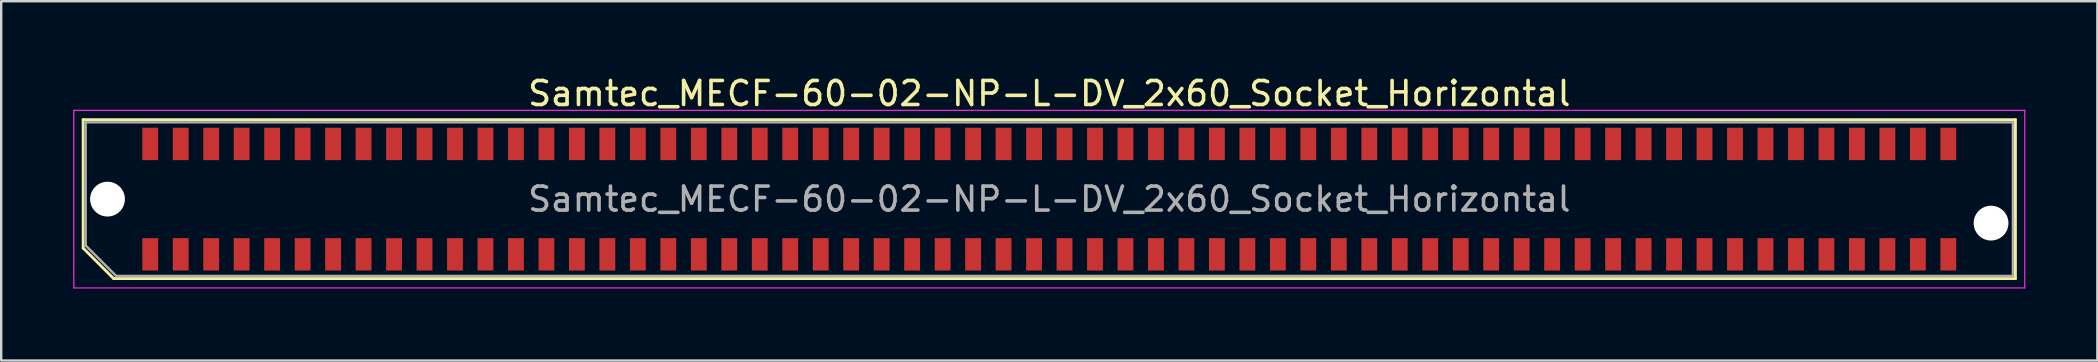
<source format=kicad_pcb>
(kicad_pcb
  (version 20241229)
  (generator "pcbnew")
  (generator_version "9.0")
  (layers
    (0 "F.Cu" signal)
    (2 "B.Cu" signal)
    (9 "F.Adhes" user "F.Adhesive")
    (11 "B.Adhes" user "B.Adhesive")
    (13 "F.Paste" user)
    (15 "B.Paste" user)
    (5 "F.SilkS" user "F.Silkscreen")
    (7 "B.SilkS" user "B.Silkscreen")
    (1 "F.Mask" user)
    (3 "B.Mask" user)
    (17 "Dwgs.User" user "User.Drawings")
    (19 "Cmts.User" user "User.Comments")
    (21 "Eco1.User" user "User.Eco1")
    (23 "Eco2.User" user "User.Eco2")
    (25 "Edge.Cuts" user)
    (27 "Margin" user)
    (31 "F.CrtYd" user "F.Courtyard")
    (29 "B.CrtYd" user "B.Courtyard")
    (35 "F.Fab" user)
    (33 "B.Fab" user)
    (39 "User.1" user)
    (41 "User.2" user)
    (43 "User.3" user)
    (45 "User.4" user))
  (footprint "Samtec_MECF-60-02-NP-L-DV_2x60_Socket_Horizontal"
    (layer "F.Cu")
    (at 40.675 5.248)
    (property "Reference" "Samtec_MECF-60-02-NP-L-DV_2x60_Socket_Horizontal" (at 0 -4.4 0) (layer "F.SilkS") (effects (font (size 1 1) (thickness 0.15))))
    (attr smd)
    (fp_line (start -40.26 -3.31) (end 40.26 -3.31) (stroke (width 0.12) (type solid)) (layer "F.SilkS"))
    (fp_line (start -40.26 2.04) (end -40.26 -3.31) (stroke (width 0.12) (type solid)) (layer "F.SilkS"))
    (fp_line (start -38.99 3.31) (end -40.26 2.04) (stroke (width 0.12) (type solid)) (layer "F.SilkS"))
    (fp_line (start -38.99 3.31) (end 40.26 3.31) (stroke (width 0.12) (type solid)) (layer "F.SilkS"))
    (fp_line (start 40.26 3.31) (end 40.26 -3.31) (stroke (width 0.12) (type solid)) (layer "F.SilkS"))
    (fp_line (start -40.65 -3.7) (end -40.65 3.7) (stroke (width 0.05) (type solid)) (layer "F.CrtYd"))
    (fp_line (start -40.65 3.7) (end 40.65 3.7) (stroke (width 0.05) (type solid)) (layer "F.CrtYd"))
    (fp_line (start 40.65 -3.7) (end -40.65 -3.7) (stroke (width 0.05) (type solid)) (layer "F.CrtYd"))
    (fp_line (start 40.65 3.7) (end 40.65 -3.7) (stroke (width 0.05) (type solid)) (layer "F.CrtYd"))
    (fp_line (start -40.155 -3.2) (end 40.155 -3.2) (stroke (width 0.1) (type solid)) (layer "F.Fab"))
    (fp_line (start -40.155 1.93) (end -40.155 -3.2) (stroke (width 0.1) (type solid)) (layer "F.Fab"))
    (fp_line (start -40.155 1.93) (end -38.885 3.2) (stroke (width 0.1) (type solid)) (layer "F.Fab"))
    (fp_line (start -38.885 3.2) (end 40.155 3.2) (stroke (width 0.1) (type solid)) (layer "F.Fab"))
    (fp_line (start 40.155 3.2) (end 40.155 -3.2) (stroke (width 0.1) (type solid)) (layer "F.Fab"))
    (fp_text user "${REFERENCE}" (at 0 0 0) (layer "F.Fab") (effects (font (size 1 1) (thickness 0.15))))
    (pad "" np_thru_hole circle (at -39.245 0) (size 1.45 1.45) (drill 1.45) (layers "*.Cu" "*.Mask"))
    (pad "" np_thru_hole circle (at 39.245 1) (size 1.45 1.45) (drill 1.45) (layers "*.Cu" "*.Mask"))
    (pad "1" smd rect (at -37.465 2.3) (size 0.66 1.35) (layers "F.Cu" "F.Mask" "F.Paste"))
    (pad "2" smd rect (at -37.465 -2.3) (size 0.66 1.35) (layers "F.Cu" "F.Mask" "F.Paste"))
    (pad "3" smd rect (at -36.195 2.3) (size 0.66 1.35) (layers "F.Cu" "F.Mask" "F.Paste"))
    (pad "4" smd rect (at -36.195 -2.3) (size 0.66 1.35) (layers "F.Cu" "F.Mask" "F.Paste"))
    (pad "5" smd rect (at -34.925 2.3) (size 0.66 1.35) (layers "F.Cu" "F.Mask" "F.Paste"))
    (pad "6" smd rect (at -34.925 -2.3) (size 0.66 1.35) (layers "F.Cu" "F.Mask" "F.Paste"))
    (pad "7" smd rect (at -33.655 2.3) (size 0.66 1.35) (layers "F.Cu" "F.Mask" "F.Paste"))
    (pad "8" smd rect (at -33.655 -2.3) (size 0.66 1.35) (layers "F.Cu" "F.Mask" "F.Paste"))
    (pad "9" smd rect (at -32.385 2.3) (size 0.66 1.35) (layers "F.Cu" "F.Mask" "F.Paste"))
    (pad "10" smd rect (at -32.385 -2.3) (size 0.66 1.35) (layers "F.Cu" "F.Mask" "F.Paste"))
    (pad "11" smd rect (at -31.115 2.3) (size 0.66 1.35) (layers "F.Cu" "F.Mask" "F.Paste"))
    (pad "12" smd rect (at -31.115 -2.3) (size 0.66 1.35) (layers "F.Cu" "F.Mask" "F.Paste"))
    (pad "13" smd rect (at -29.845 2.3) (size 0.66 1.35) (layers "F.Cu" "F.Mask" "F.Paste"))
    (pad "14" smd rect (at -29.845 -2.3) (size 0.66 1.35) (layers "F.Cu" "F.Mask" "F.Paste"))
    (pad "15" smd rect (at -28.575 2.3) (size 0.66 1.35) (layers "F.Cu" "F.Mask" "F.Paste"))
    (pad "16" smd rect (at -28.575 -2.3) (size 0.66 1.35) (layers "F.Cu" "F.Mask" "F.Paste"))
    (pad "17" smd rect (at -27.305 2.3) (size 0.66 1.35) (layers "F.Cu" "F.Mask" "F.Paste"))
    (pad "18" smd rect (at -27.305 -2.3) (size 0.66 1.35) (layers "F.Cu" "F.Mask" "F.Paste"))
    (pad "19" smd rect (at -26.035 2.3) (size 0.66 1.35) (layers "F.Cu" "F.Mask" "F.Paste"))
    (pad "20" smd rect (at -26.035 -2.3) (size 0.66 1.35) (layers "F.Cu" "F.Mask" "F.Paste"))
    (pad "21" smd rect (at -24.765 2.3) (size 0.66 1.35) (layers "F.Cu" "F.Mask" "F.Paste"))
    (pad "22" smd rect (at -24.765 -2.3) (size 0.66 1.35) (layers "F.Cu" "F.Mask" "F.Paste"))
    (pad "23" smd rect (at -23.495 2.3) (size 0.66 1.35) (layers "F.Cu" "F.Mask" "F.Paste"))
    (pad "24" smd rect (at -23.495 -2.3) (size 0.66 1.35) (layers "F.Cu" "F.Mask" "F.Paste"))
    (pad "25" smd rect (at -22.225 2.3) (size 0.66 1.35) (layers "F.Cu" "F.Mask" "F.Paste"))
    (pad "26" smd rect (at -22.225 -2.3) (size 0.66 1.35) (layers "F.Cu" "F.Mask" "F.Paste"))
    (pad "27" smd rect (at -20.955 2.3) (size 0.66 1.35) (layers "F.Cu" "F.Mask" "F.Paste"))
    (pad "28" smd rect (at -20.955 -2.3) (size 0.66 1.35) (layers "F.Cu" "F.Mask" "F.Paste"))
    (pad "29" smd rect (at -19.685 2.3) (size 0.66 1.35) (layers "F.Cu" "F.Mask" "F.Paste"))
    (pad "30" smd rect (at -19.685 -2.3) (size 0.66 1.35) (layers "F.Cu" "F.Mask" "F.Paste"))
    (pad "31" smd rect (at -18.415 2.3) (size 0.66 1.35) (layers "F.Cu" "F.Mask" "F.Paste"))
    (pad "32" smd rect (at -18.415 -2.3) (size 0.66 1.35) (layers "F.Cu" "F.Mask" "F.Paste"))
    (pad "33" smd rect (at -17.145 2.3) (size 0.66 1.35) (layers "F.Cu" "F.Mask" "F.Paste"))
    (pad "34" smd rect (at -17.145 -2.3) (size 0.66 1.35) (layers "F.Cu" "F.Mask" "F.Paste"))
    (pad "35" smd rect (at -15.875 2.3) (size 0.66 1.35) (layers "F.Cu" "F.Mask" "F.Paste"))
    (pad "36" smd rect (at -15.875 -2.3) (size 0.66 1.35) (layers "F.Cu" "F.Mask" "F.Paste"))
    (pad "37" smd rect (at -14.605 2.3) (size 0.66 1.35) (layers "F.Cu" "F.Mask" "F.Paste"))
    (pad "38" smd rect (at -14.605 -2.3) (size 0.66 1.35) (layers "F.Cu" "F.Mask" "F.Paste"))
    (pad "39" smd rect (at -13.335 2.3) (size 0.66 1.35) (layers "F.Cu" "F.Mask" "F.Paste"))
    (pad "40" smd rect (at -13.335 -2.3) (size 0.66 1.35) (layers "F.Cu" "F.Mask" "F.Paste"))
    (pad "41" smd rect (at -12.065 2.3) (size 0.66 1.35) (layers "F.Cu" "F.Mask" "F.Paste"))
    (pad "42" smd rect (at -12.065 -2.3) (size 0.66 1.35) (layers "F.Cu" "F.Mask" "F.Paste"))
    (pad "43" smd rect (at -10.795 2.3) (size 0.66 1.35) (layers "F.Cu" "F.Mask" "F.Paste"))
    (pad "44" smd rect (at -10.795 -2.3) (size 0.66 1.35) (layers "F.Cu" "F.Mask" "F.Paste"))
    (pad "45" smd rect (at -9.525 2.3) (size 0.66 1.35) (layers "F.Cu" "F.Mask" "F.Paste"))
    (pad "46" smd rect (at -9.525 -2.3) (size 0.66 1.35) (layers "F.Cu" "F.Mask" "F.Paste"))
    (pad "47" smd rect (at -8.255 2.3) (size 0.66 1.35) (layers "F.Cu" "F.Mask" "F.Paste"))
    (pad "48" smd rect (at -8.255 -2.3) (size 0.66 1.35) (layers "F.Cu" "F.Mask" "F.Paste"))
    (pad "49" smd rect (at -6.985 2.3) (size 0.66 1.35) (layers "F.Cu" "F.Mask" "F.Paste"))
    (pad "50" smd rect (at -6.985 -2.3) (size 0.66 1.35) (layers "F.Cu" "F.Mask" "F.Paste"))
    (pad "51" smd rect (at -5.715 2.3) (size 0.66 1.35) (layers "F.Cu" "F.Mask" "F.Paste"))
    (pad "52" smd rect (at -5.715 -2.3) (size 0.66 1.35) (layers "F.Cu" "F.Mask" "F.Paste"))
    (pad "53" smd rect (at -4.445 2.3) (size 0.66 1.35) (layers "F.Cu" "F.Mask" "F.Paste"))
    (pad "54" smd rect (at -4.445 -2.3) (size 0.66 1.35) (layers "F.Cu" "F.Mask" "F.Paste"))
    (pad "55" smd rect (at -3.175 2.3) (size 0.66 1.35) (layers "F.Cu" "F.Mask" "F.Paste"))
    (pad "56" smd rect (at -3.175 -2.3) (size 0.66 1.35) (layers "F.Cu" "F.Mask" "F.Paste"))
    (pad "57" smd rect (at -1.905 2.3) (size 0.66 1.35) (layers "F.Cu" "F.Mask" "F.Paste"))
    (pad "58" smd rect (at -1.905 -2.3) (size 0.66 1.35) (layers "F.Cu" "F.Mask" "F.Paste"))
    (pad "59" smd rect (at -0.635 2.3) (size 0.66 1.35) (layers "F.Cu" "F.Mask" "F.Paste"))
    (pad "60" smd rect (at -0.635 -2.3) (size 0.66 1.35) (layers "F.Cu" "F.Mask" "F.Paste"))
    (pad "61" smd rect (at 0.635 2.3) (size 0.66 1.35) (layers "F.Cu" "F.Mask" "F.Paste"))
    (pad "62" smd rect (at 0.635 -2.3) (size 0.66 1.35) (layers "F.Cu" "F.Mask" "F.Paste"))
    (pad "63" smd rect (at 1.905 2.3) (size 0.66 1.35) (layers "F.Cu" "F.Mask" "F.Paste"))
    (pad "64" smd rect (at 1.905 -2.3) (size 0.66 1.35) (layers "F.Cu" "F.Mask" "F.Paste"))
    (pad "65" smd rect (at 3.175 2.3) (size 0.66 1.35) (layers "F.Cu" "F.Mask" "F.Paste"))
    (pad "66" smd rect (at 3.175 -2.3) (size 0.66 1.35) (layers "F.Cu" "F.Mask" "F.Paste"))
    (pad "67" smd rect (at 4.445 2.3) (size 0.66 1.35) (layers "F.Cu" "F.Mask" "F.Paste"))
    (pad "68" smd rect (at 4.445 -2.3) (size 0.66 1.35) (layers "F.Cu" "F.Mask" "F.Paste"))
    (pad "69" smd rect (at 5.715 2.3) (size 0.66 1.35) (layers "F.Cu" "F.Mask" "F.Paste"))
    (pad "70" smd rect (at 5.715 -2.3) (size 0.66 1.35) (layers "F.Cu" "F.Mask" "F.Paste"))
    (pad "71" smd rect (at 6.985 2.3) (size 0.66 1.35) (layers "F.Cu" "F.Mask" "F.Paste"))
    (pad "72" smd rect (at 6.985 -2.3) (size 0.66 1.35) (layers "F.Cu" "F.Mask" "F.Paste"))
    (pad "73" smd rect (at 8.255 2.3) (size 0.66 1.35) (layers "F.Cu" "F.Mask" "F.Paste"))
    (pad "74" smd rect (at 8.255 -2.3) (size 0.66 1.35) (layers "F.Cu" "F.Mask" "F.Paste"))
    (pad "75" smd rect (at 9.525 2.3) (size 0.66 1.35) (layers "F.Cu" "F.Mask" "F.Paste"))
    (pad "76" smd rect (at 9.525 -2.3) (size 0.66 1.35) (layers "F.Cu" "F.Mask" "F.Paste"))
    (pad "77" smd rect (at 10.795 2.3) (size 0.66 1.35) (layers "F.Cu" "F.Mask" "F.Paste"))
    (pad "78" smd rect (at 10.795 -2.3) (size 0.66 1.35) (layers "F.Cu" "F.Mask" "F.Paste"))
    (pad "79" smd rect (at 12.065 2.3) (size 0.66 1.35) (layers "F.Cu" "F.Mask" "F.Paste"))
    (pad "80" smd rect (at 12.065 -2.3) (size 0.66 1.35) (layers "F.Cu" "F.Mask" "F.Paste"))
    (pad "81" smd rect (at 13.335 2.3) (size 0.66 1.35) (layers "F.Cu" "F.Mask" "F.Paste"))
    (pad "82" smd rect (at 13.335 -2.3) (size 0.66 1.35) (layers "F.Cu" "F.Mask" "F.Paste"))
    (pad "83" smd rect (at 14.605 2.3) (size 0.66 1.35) (layers "F.Cu" "F.Mask" "F.Paste"))
    (pad "84" smd rect (at 14.605 -2.3) (size 0.66 1.35) (layers "F.Cu" "F.Mask" "F.Paste"))
    (pad "85" smd rect (at 15.875 2.3) (size 0.66 1.35) (layers "F.Cu" "F.Mask" "F.Paste"))
    (pad "86" smd rect (at 15.875 -2.3) (size 0.66 1.35) (layers "F.Cu" "F.Mask" "F.Paste"))
    (pad "87" smd rect (at 17.145 2.3) (size 0.66 1.35) (layers "F.Cu" "F.Mask" "F.Paste"))
    (pad "88" smd rect (at 17.145 -2.3) (size 0.66 1.35) (layers "F.Cu" "F.Mask" "F.Paste"))
    (pad "89" smd rect (at 18.415 2.3) (size 0.66 1.35) (layers "F.Cu" "F.Mask" "F.Paste"))
    (pad "90" smd rect (at 18.415 -2.3) (size 0.66 1.35) (layers "F.Cu" "F.Mask" "F.Paste"))
    (pad "91" smd rect (at 19.685 2.3) (size 0.66 1.35) (layers "F.Cu" "F.Mask" "F.Paste"))
    (pad "92" smd rect (at 19.685 -2.3) (size 0.66 1.35) (layers "F.Cu" "F.Mask" "F.Paste"))
    (pad "93" smd rect (at 20.955 2.3) (size 0.66 1.35) (layers "F.Cu" "F.Mask" "F.Paste"))
    (pad "94" smd rect (at 20.955 -2.3) (size 0.66 1.35) (layers "F.Cu" "F.Mask" "F.Paste"))
    (pad "95" smd rect (at 22.225 2.3) (size 0.66 1.35) (layers "F.Cu" "F.Mask" "F.Paste"))
    (pad "96" smd rect (at 22.225 -2.3) (size 0.66 1.35) (layers "F.Cu" "F.Mask" "F.Paste"))
    (pad "97" smd rect (at 23.495 2.3) (size 0.66 1.35) (layers "F.Cu" "F.Mask" "F.Paste"))
    (pad "98" smd rect (at 23.495 -2.3) (size 0.66 1.35) (layers "F.Cu" "F.Mask" "F.Paste"))
    (pad "99" smd rect (at 24.765 2.3) (size 0.66 1.35) (layers "F.Cu" "F.Mask" "F.Paste"))
    (pad "100" smd rect (at 24.765 -2.3) (size 0.66 1.35) (layers "F.Cu" "F.Mask" "F.Paste"))
    (pad "101" smd rect (at 26.035 2.3) (size 0.66 1.35) (layers "F.Cu" "F.Mask" "F.Paste"))
    (pad "102" smd rect (at 26.035 -2.3) (size 0.66 1.35) (layers "F.Cu" "F.Mask" "F.Paste"))
    (pad "103" smd rect (at 27.305 2.3) (size 0.66 1.35) (layers "F.Cu" "F.Mask" "F.Paste"))
    (pad "104" smd rect (at 27.305 -2.3) (size 0.66 1.35) (layers "F.Cu" "F.Mask" "F.Paste"))
    (pad "105" smd rect (at 28.575 2.3) (size 0.66 1.35) (layers "F.Cu" "F.Mask" "F.Paste"))
    (pad "106" smd rect (at 28.575 -2.3) (size 0.66 1.35) (layers "F.Cu" "F.Mask" "F.Paste"))
    (pad "107" smd rect (at 29.845 2.3) (size 0.66 1.35) (layers "F.Cu" "F.Mask" "F.Paste"))
    (pad "108" smd rect (at 29.845 -2.3) (size 0.66 1.35) (layers "F.Cu" "F.Mask" "F.Paste"))
    (pad "109" smd rect (at 31.115 2.3) (size 0.66 1.35) (layers "F.Cu" "F.Mask" "F.Paste"))
    (pad "110" smd rect (at 31.115 -2.3) (size 0.66 1.35) (layers "F.Cu" "F.Mask" "F.Paste"))
    (pad "111" smd rect (at 32.385 2.3) (size 0.66 1.35) (layers "F.Cu" "F.Mask" "F.Paste"))
    (pad "112" smd rect (at 32.385 -2.3) (size 0.66 1.35) (layers "F.Cu" "F.Mask" "F.Paste"))
    (pad "113" smd rect (at 33.655 2.3) (size 0.66 1.35) (layers "F.Cu" "F.Mask" "F.Paste"))
    (pad "114" smd rect (at 33.655 -2.3) (size 0.66 1.35) (layers "F.Cu" "F.Mask" "F.Paste"))
    (pad "115" smd rect (at 34.925 2.3) (size 0.66 1.35) (layers "F.Cu" "F.Mask" "F.Paste"))
    (pad "116" smd rect (at 34.925 -2.3) (size 0.66 1.35) (layers "F.Cu" "F.Mask" "F.Paste"))
    (pad "117" smd rect (at 36.195 2.3) (size 0.66 1.35) (layers "F.Cu" "F.Mask" "F.Paste"))
    (pad "118" smd rect (at 36.195 -2.3) (size 0.66 1.35) (layers "F.Cu" "F.Mask" "F.Paste"))
    (pad "119" smd rect (at 37.465 2.3) (size 0.66 1.35) (layers "F.Cu" "F.Mask" "F.Paste"))
    (pad "120" smd rect (at 37.465 -2.3) (size 0.66 1.35) (layers "F.Cu" "F.Mask" "F.Paste")))
  (gr_rect
    (start -3 -3)
    (end 84.35 11.973)
    (stroke (width 0.1) (type default))
    (fill no)
    (layer "Edge.Cuts")))
</source>
